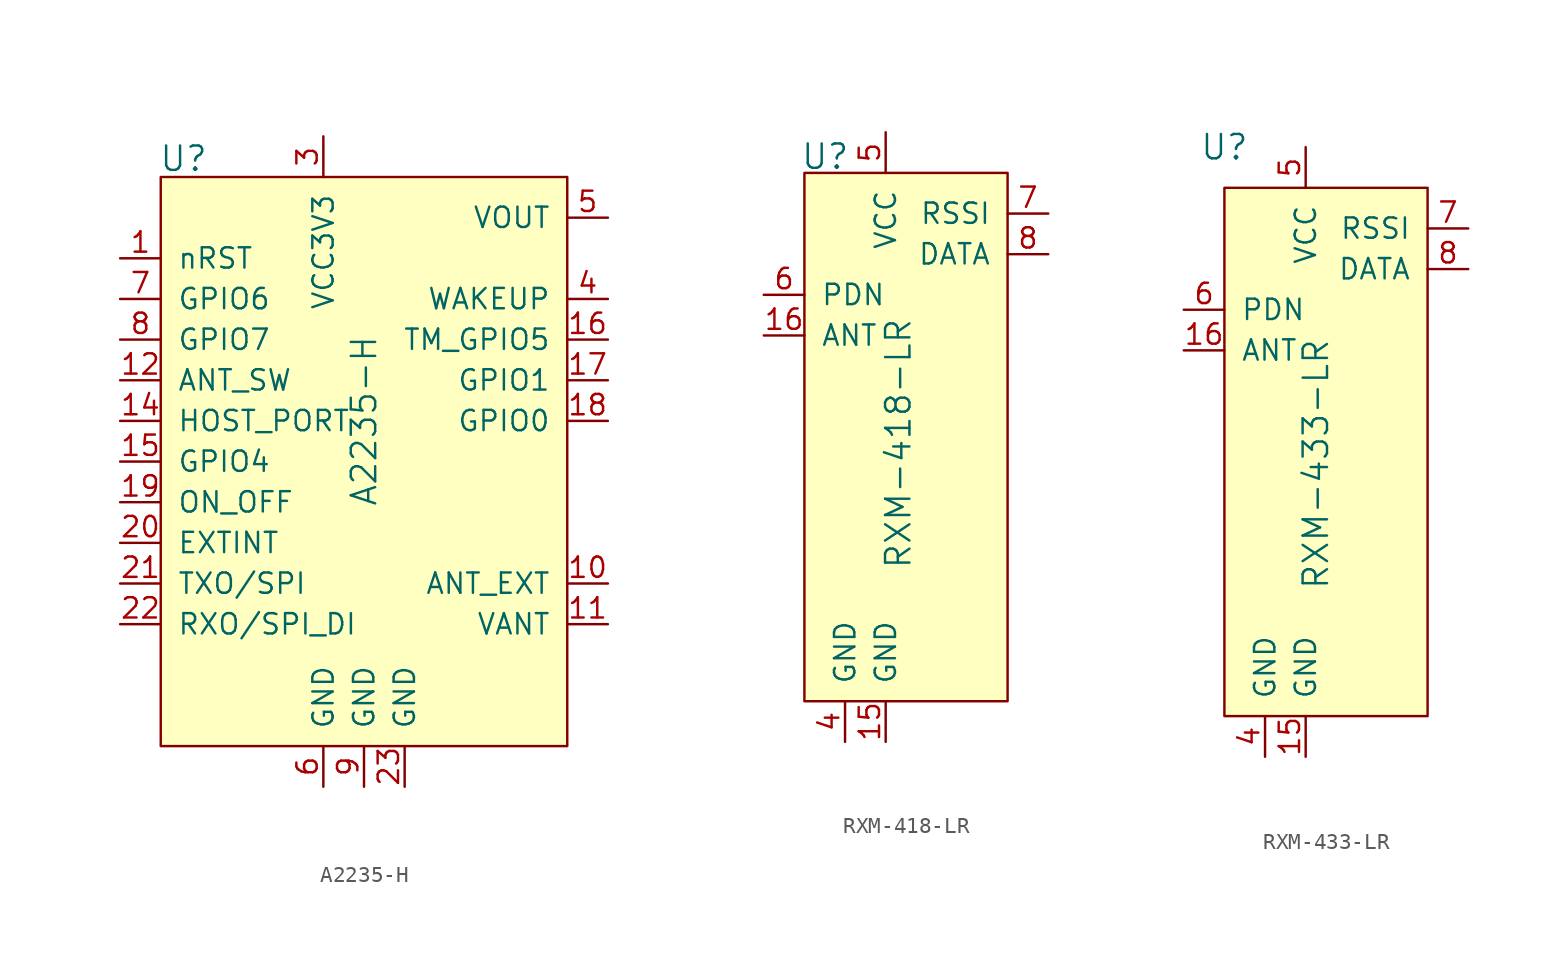
<source format=kicad_sym>
(kicad_symbol_lib
  (version 20220914)
  (generator kicad_symbol_editor)
  (symbol "A2235-H"
    (pin_names
      (offset 1.016))
    (property "Reference" "U"
      (at -10.287 11.303 0)
      (effects (font (size 1.524 1.524)) (justify left)))
    (property "Value" "A2235-H"
      (at 2.54 -5.08 90)
      (effects (font (size 1.524 1.524))))
    (symbol "A2235-H_0_1"
      (rectangle (start -10.16 10.16) (end 15.24 -25.4) (stroke (width 0) (type solid)) (fill (type background))))
    (symbol "A2235-H_1_1"
      (pin input line (at -12.7 5.08 0) (length 2.54) (name "nRST" (effects (font (size 1.27 1.27)))) (number "1" (effects (font (size 1.27 1.27)))))
      (pin passive line (at 17.78 -15.24 180) (length 2.54) (name "ANT_EXT" (effects (font (size 1.27 1.27)))) (number "10" (effects (font (size 1.27 1.27)))))
      (pin bidirectional line (at 17.78 -17.78 180) (length 2.54) (name "VANT" (effects (font (size 1.27 1.27)))) (number "11" (effects (font (size 1.27 1.27)))))
      (pin input line (at -12.7 -2.54 0) (length 2.54) (name "ANT_SW" (effects (font (size 1.27 1.27)))) (number "12" (effects (font (size 1.27 1.27)))))
      (pin no_connect line (at 15.24 -10.16 180) (length 2.54) hide (name "GPIO2" (effects (font (size 1.27 1.27)))) (number "13" (effects (font (size 1.27 1.27)))))
      (pin input line (at -12.7 -5.08 0) (length 2.54) (name "HOST_PORT" (effects (font (size 1.27 1.27)))) (number "14" (effects (font (size 1.27 1.27)))))
      (pin input line (at -12.7 -7.62 0) (length 2.54) (name "GPIO4" (effects (font (size 1.27 1.27)))) (number "15" (effects (font (size 1.27 1.27)))))
      (pin output line (at 17.78 0 180) (length 2.54) (name "TM_GPIO5" (effects (font (size 1.27 1.27)))) (number "16" (effects (font (size 1.27 1.27)))))
      (pin bidirectional line (at 17.78 -2.54 180) (length 2.54) (name "GPIO1" (effects (font (size 1.27 1.27)))) (number "17" (effects (font (size 1.27 1.27)))))
      (pin bidirectional line (at 17.78 -5.08 180) (length 2.54) (name "GPIO0" (effects (font (size 1.27 1.27)))) (number "18" (effects (font (size 1.27 1.27)))))
      (pin input line (at -12.7 -10.16 0) (length 2.54) (name "ON_OFF" (effects (font (size 1.27 1.27)))) (number "19" (effects (font (size 1.27 1.27)))))
      (pin no_connect line (at 15.24 -7.62 180) (length 2.54) hide (name "GPIO3" (effects (font (size 1.27 1.27)))) (number "2" (effects (font (size 1.27 1.27)))))
      (pin input line (at -12.7 -12.7 0) (length 2.54) (name "EXTINT" (effects (font (size 1.27 1.27)))) (number "20" (effects (font (size 1.27 1.27)))))
      (pin output line (at -12.7 -15.24 0) (length 2.54) (name "TXO/SPI" (effects (font (size 1.27 1.27)))) (number "21" (effects (font (size 1.27 1.27)))))
      (pin input line (at -12.7 -17.78 0) (length 2.54) (name "RXO/SPI_DI" (effects (font (size 1.27 1.27)))) (number "22" (effects (font (size 1.27 1.27)))))
      (pin power_in line (at 5.08 -27.94 90) (length 2.54) (name "GND" (effects (font (size 1.27 1.27)))) (number "23" (effects (font (size 1.27 1.27)))))
      (pin power_in line (at 0 12.7 270) (length 2.54) (name "VCC3V3" (effects (font (size 1.27 1.27)))) (number "3" (effects (font (size 1.27 1.27)))))
      (pin output line (at 17.78 2.54 180) (length 2.54) (name "WAKEUP" (effects (font (size 1.27 1.27)))) (number "4" (effects (font (size 1.27 1.27)))))
      (pin power_out line (at 17.78 7.62 180) (length 2.54) (name "VOUT" (effects (font (size 1.27 1.27)))) (number "5" (effects (font (size 1.27 1.27)))))
      (pin power_in line (at 0 -27.94 90) (length 2.54) (name "GND" (effects (font (size 1.27 1.27)))) (number "6" (effects (font (size 1.27 1.27)))))
      (pin input line (at -12.7 2.54 0) (length 2.54) (name "GPIO6" (effects (font (size 1.27 1.27)))) (number "7" (effects (font (size 1.27 1.27)))))
      (pin input line (at -12.7 0 0) (length 2.54) (name "GPIO7" (effects (font (size 1.27 1.27)))) (number "8" (effects (font (size 1.27 1.27)))))
      (pin power_in line (at 2.54 -27.94 90) (length 2.54) (name "GND" (effects (font (size 1.27 1.27)))) (number "9" (effects (font (size 1.27 1.27)))))))
  (symbol "RXM-418-LR"
    (pin_names
      (offset 1.016))
    (property "Reference" "U"
      (at -5.334 18.796 0)
      (effects (font (size 1.524 1.524)) (justify left)))
    (property "Value" "RXM-418-LR"
      (at 0.787 0.864 90)
      (effects (font (size 1.524 1.524))))
    (symbol "RXM-418-LR_1_1"
      (rectangle (start -5.08 17.78) (end 7.62 -15.24) (stroke (width 0) (type solid)) (fill (type background)))
      (pin no_connect line (at 7.62 10.16 180) (length 2.54) hide (name "NC" (effects (font (size 1.27 1.27)))) (number "1" (effects (font (size 1.27 1.27)))))
      (pin no_connect line (at 7.62 0 180) (length 2.54) hide (name "NC" (effects (font (size 1.27 1.27)))) (number "10" (effects (font (size 1.27 1.27)))))
      (pin no_connect line (at 7.62 -2.54 180) (length 2.54) hide (name "NC" (effects (font (size 1.27 1.27)))) (number "11" (effects (font (size 1.27 1.27)))))
      (pin no_connect line (at 7.62 -5.08 180) (length 2.54) hide (name "NC" (effects (font (size 1.27 1.27)))) (number "12" (effects (font (size 1.27 1.27)))))
      (pin no_connect line (at 7.62 -7.62 180) (length 2.54) hide (name "NC" (effects (font (size 1.27 1.27)))) (number "13" (effects (font (size 1.27 1.27)))))
      (pin no_connect line (at 7.62 -10.16 180) (length 2.54) hide (name "NC" (effects (font (size 1.27 1.27)))) (number "14" (effects (font (size 1.27 1.27)))))
      (pin power_in line (at 0 -17.78 90) (length 2.54) (name "GND" (effects (font (size 1.27 1.27)))) (number "15" (effects (font (size 1.27 1.27)))))
      (pin input line (at -7.62 7.62 0) (length 2.54) (name "ANT" (effects (font (size 1.27 1.27)))) (number "16" (effects (font (size 1.27 1.27)))))
      (pin no_connect line (at 7.62 7.62 180) (length 2.54) hide (name "NC" (effects (font (size 1.27 1.27)))) (number "2" (effects (font (size 1.27 1.27)))))
      (pin no_connect line (at 7.62 5.08 180) (length 2.54) hide (name "NC" (effects (font (size 1.27 1.27)))) (number "3" (effects (font (size 1.27 1.27)))))
      (pin power_in line (at -2.54 -17.78 90) (length 2.54) (name "GND" (effects (font (size 1.27 1.27)))) (number "4" (effects (font (size 1.27 1.27)))))
      (pin power_in line (at 0 20.32 270) (length 2.54) (name "VCC" (effects (font (size 1.27 1.27)))) (number "5" (effects (font (size 1.27 1.27)))))
      (pin input line (at -7.62 10.16 0) (length 2.54) (name "PDN" (effects (font (size 1.27 1.27)))) (number "6" (effects (font (size 1.27 1.27)))))
      (pin output line (at 10.16 15.24 180) (length 2.54) (name "RSSI" (effects (font (size 1.27 1.27)))) (number "7" (effects (font (size 1.27 1.27)))))
      (pin output line (at 10.16 12.7 180) (length 2.54) (name "DATA" (effects (font (size 1.27 1.27)))) (number "8" (effects (font (size 1.27 1.27)))))
      (pin no_connect line (at 7.62 2.54 180) (length 2.54) hide (name "NC" (effects (font (size 1.27 1.27)))) (number "9" (effects (font (size 1.27 1.27)))))))
  (symbol "RXM-433-LR"
    (pin_names
      (offset 1.016))
    (property "Reference" "U"
      (at -5.08 20.32 0)
      (effects (font (size 1.524 1.524))))
    (property "Value" "RXM-433-LR"
      (at 0.635 0.508 90)
      (effects (font (size 1.524 1.524))))
    (symbol "RXM-433-LR_1_1"
      (rectangle (start -5.08 17.78) (end 7.62 -15.24) (stroke (width 0) (type solid)) (fill (type background)))
      (pin no_connect line (at 7.62 10.16 180) (length 2.54) hide (name "NC" (effects (font (size 1.27 1.27)))) (number "1" (effects (font (size 1.27 1.27)))))
      (pin no_connect line (at 7.62 0 180) (length 2.54) hide (name "NC" (effects (font (size 1.27 1.27)))) (number "10" (effects (font (size 1.27 1.27)))))
      (pin no_connect line (at 7.62 -2.54 180) (length 2.54) hide (name "NC" (effects (font (size 1.27 1.27)))) (number "11" (effects (font (size 1.27 1.27)))))
      (pin no_connect line (at 7.62 -5.08 180) (length 2.54) hide (name "NC" (effects (font (size 1.27 1.27)))) (number "12" (effects (font (size 1.27 1.27)))))
      (pin no_connect line (at 7.62 -7.62 180) (length 2.54) hide (name "NC" (effects (font (size 1.27 1.27)))) (number "13" (effects (font (size 1.27 1.27)))))
      (pin no_connect line (at 7.62 -10.16 180) (length 2.54) hide (name "NC" (effects (font (size 1.27 1.27)))) (number "14" (effects (font (size 1.27 1.27)))))
      (pin power_in line (at 0 -17.78 90) (length 2.54) (name "GND" (effects (font (size 1.27 1.27)))) (number "15" (effects (font (size 1.27 1.27)))))
      (pin input line (at -7.62 7.62 0) (length 2.54) (name "ANT" (effects (font (size 1.27 1.27)))) (number "16" (effects (font (size 1.27 1.27)))))
      (pin no_connect line (at 7.62 7.62 180) (length 2.54) hide (name "NC" (effects (font (size 1.27 1.27)))) (number "2" (effects (font (size 1.27 1.27)))))
      (pin no_connect line (at 7.62 5.08 180) (length 2.54) hide (name "NC" (effects (font (size 1.27 1.27)))) (number "3" (effects (font (size 1.27 1.27)))))
      (pin power_in line (at -2.54 -17.78 90) (length 2.54) (name "GND" (effects (font (size 1.27 1.27)))) (number "4" (effects (font (size 1.27 1.27)))))
      (pin power_in line (at 0 20.32 270) (length 2.54) (name "VCC" (effects (font (size 1.27 1.27)))) (number "5" (effects (font (size 1.27 1.27)))))
      (pin input line (at -7.62 10.16 0) (length 2.54) (name "PDN" (effects (font (size 1.27 1.27)))) (number "6" (effects (font (size 1.27 1.27)))))
      (pin output line (at 10.16 15.24 180) (length 2.54) (name "RSSI" (effects (font (size 1.27 1.27)))) (number "7" (effects (font (size 1.27 1.27)))))
      (pin output line (at 10.16 12.7 180) (length 2.54) (name "DATA" (effects (font (size 1.27 1.27)))) (number "8" (effects (font (size 1.27 1.27)))))
      (pin no_connect line (at 7.62 2.54 180) (length 2.54) hide (name "NC" (effects (font (size 1.27 1.27)))) (number "9" (effects (font (size 1.27 1.27))))))))
</source>
